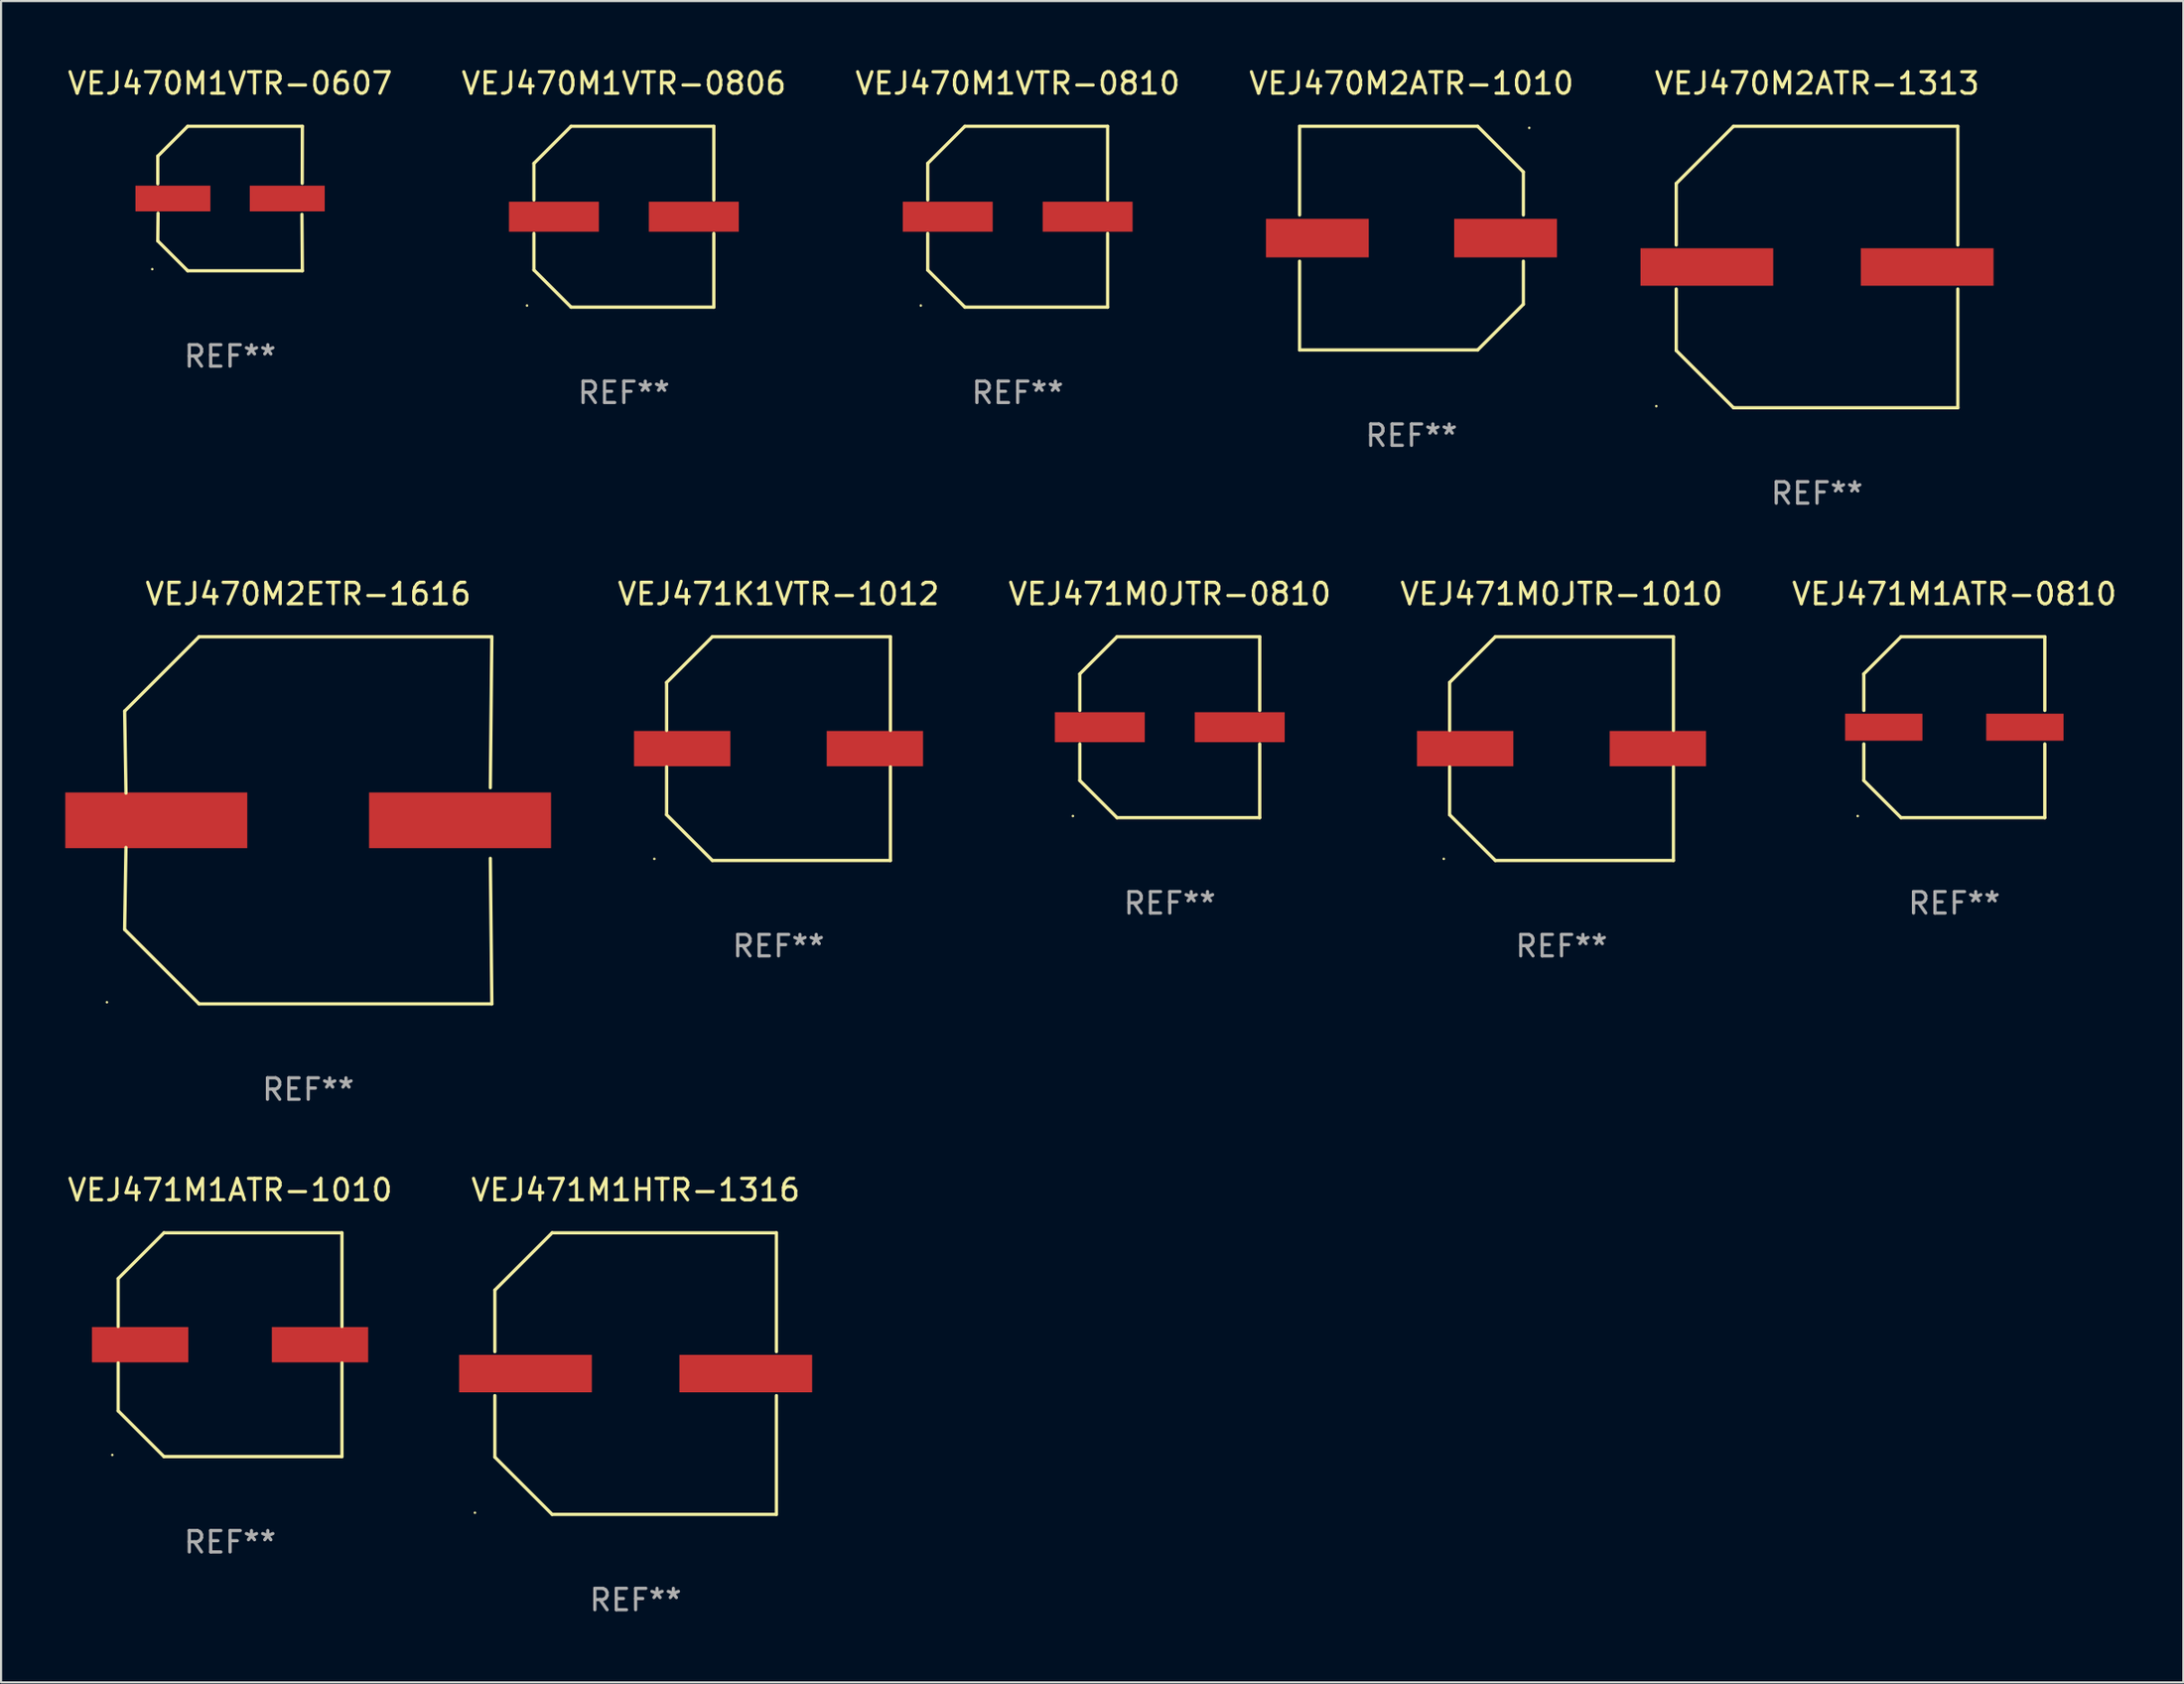
<source format=kicad_pcb>
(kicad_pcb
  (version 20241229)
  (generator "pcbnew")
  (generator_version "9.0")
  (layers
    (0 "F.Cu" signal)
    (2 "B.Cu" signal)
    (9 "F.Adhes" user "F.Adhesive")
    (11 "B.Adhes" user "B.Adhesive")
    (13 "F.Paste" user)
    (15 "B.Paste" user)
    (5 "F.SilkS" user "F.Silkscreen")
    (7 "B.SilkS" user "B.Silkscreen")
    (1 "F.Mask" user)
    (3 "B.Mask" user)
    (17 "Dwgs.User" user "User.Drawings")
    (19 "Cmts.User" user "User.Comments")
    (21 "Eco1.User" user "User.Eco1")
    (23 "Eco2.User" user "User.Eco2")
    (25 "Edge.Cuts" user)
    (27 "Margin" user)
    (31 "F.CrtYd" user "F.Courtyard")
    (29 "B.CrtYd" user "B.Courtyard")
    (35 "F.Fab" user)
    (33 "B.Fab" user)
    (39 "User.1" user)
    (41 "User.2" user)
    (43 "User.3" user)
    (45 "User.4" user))
  (footprint "VEJ470M2ETR-1616"
    (layer "F.Cu")
    (at 11.347 35.273)
    (property "Reference" "VEJ470M2ETR-1616" (at 0 -10.576 0) (layer "F.SilkS") (effects (font (size 1 1) (thickness 0.15))))
    (attr through_hole)
    (fp_line (start -8.576 5.099) (end -8.513 1.269) (stroke (width 0.152) (type solid)) (layer "F.SilkS"))
    (fp_line (start -8.575 -5.101) (end -8.512 -1.271) (stroke (width 0.152) (type solid)) (layer "F.SilkS"))
    (fp_line (start -5.1 -8.576) (end -8.575 -5.101) (stroke (width 0.152) (type solid)) (layer "F.SilkS"))
    (fp_line (start -5.1 8.576) (end -8.576 5.099) (stroke (width 0.152) (type solid)) (layer "F.SilkS"))
    (fp_line (start 8.505 -1.525) (end 8.575 -8.576) (stroke (width 0.152) (type solid)) (layer "F.SilkS"))
    (fp_line (start 8.505 1.777) (end 8.576 8.576) (stroke (width 0.152) (type solid)) (layer "F.SilkS"))
    (fp_line (start 8.575 -8.576) (end -5.1 -8.576) (stroke (width 0.152) (type solid)) (layer "F.SilkS"))
    (fp_line (start 8.576 8.576) (end -5.1 8.576) (stroke (width 0.152) (type solid)) (layer "F.SilkS"))
    (fp_circle (center -9.402 8.499) (end -9.372 8.499) (stroke (width 0.06) (type solid)) (fill no) (layer "F.SilkS"))
    (fp_text user "REF**" (at 0 12.576 0) (layer "F.Fab") (effects (font (size 1 1) (thickness 0.15))))
    (pad "1" smd rect (at -7.097 -0.001) (size 8.5 2.6) (layers "F.Cu" "F.Mask" "F.Paste"))
    (pad "2" smd rect (at 7.09 -0.001) (size 8.5 2.6) (layers "F.Cu" "F.Mask" "F.Paste")))
  (footprint "VEJ470M1VTR-0810"
    (layer "F.Cu")
    (at 44.482 7.074)
    (property "Reference" "VEJ470M1VTR-0810" (at 0 -6.226 0) (layer "F.SilkS") (effects (font (size 1 1) (thickness 0.15))))
    (attr through_hole)
    (fp_line (start -4.201 -2.49) (end -4.201 -0.782) (stroke (width 0.152) (type solid)) (layer "F.SilkS"))
    (fp_line (start -4.201 2.49) (end -4.201 0.782) (stroke (width 0.152) (type solid)) (layer "F.SilkS"))
    (fp_line (start -2.465 -4.226) (end -4.201 -2.49) (stroke (width 0.152) (type solid)) (layer "F.SilkS"))
    (fp_line (start -2.465 4.226) (end -4.201 2.49) (stroke (width 0.152) (type solid)) (layer "F.SilkS"))
    (fp_line (start 4.201 -4.226) (end -2.465 -4.226) (stroke (width 0.152) (type solid)) (layer "F.SilkS"))
    (fp_line (start 4.201 -0.782) (end 4.201 -4.226) (stroke (width 0.152) (type solid)) (layer "F.SilkS"))
    (fp_line (start 4.201 0.782) (end 4.201 4.226) (stroke (width 0.152) (type solid)) (layer "F.SilkS"))
    (fp_line (start 4.201 4.226) (end -2.465 4.226) (stroke (width 0.152) (type solid)) (layer "F.SilkS"))
    (fp_circle (center -4.524 4.15) (end -4.494 4.15) (stroke (width 0.06) (type solid)) (fill no) (layer "F.SilkS"))
    (fp_text user "REF**" (at 0 8.226 0) (layer "F.Fab") (effects (font (size 1 1) (thickness 0.15))))
    (pad "1" smd rect (at -3.267 0) (size 4.2 1.4) (layers "F.Cu" "F.Mask" "F.Paste"))
    (pad "2" smd rect (at 3.267 0) (size 4.2 1.4) (layers "F.Cu" "F.Mask" "F.Paste")))
  (footprint "VEJ470M2ATR-1313"
    (layer "F.Cu")
    (at 81.816 9.424)
    (property "Reference" "VEJ470M2ATR-1313" (at 0 -8.576 0) (layer "F.SilkS") (effects (font (size 1 1) (thickness 0.15))))
    (attr through_hole)
    (fp_line (start -6.576 -3.9) (end -6.576 -1.027) (stroke (width 0.152) (type solid)) (layer "F.SilkS"))
    (fp_line (start -6.576 3.9) (end -6.576 1.027) (stroke (width 0.152) (type solid)) (layer "F.SilkS"))
    (fp_line (start -3.9 -6.576) (end -6.576 -3.9) (stroke (width 0.152) (type solid)) (layer "F.SilkS"))
    (fp_line (start -3.9 6.576) (end -6.576 3.9) (stroke (width 0.152) (type solid)) (layer "F.SilkS"))
    (fp_line (start 6.576 -6.576) (end -3.9 -6.576) (stroke (width 0.152) (type solid)) (layer "F.SilkS"))
    (fp_line (start 6.576 -1.027) (end 6.576 -6.576) (stroke (width 0.152) (type solid)) (layer "F.SilkS"))
    (fp_line (start 6.576 1.027) (end 6.576 6.576) (stroke (width 0.152) (type solid)) (layer "F.SilkS"))
    (fp_line (start 6.576 6.576) (end -3.9 6.576) (stroke (width 0.152) (type solid)) (layer "F.SilkS"))
    (fp_circle (center -7.506 6.5) (end -7.476 6.5) (stroke (width 0.06) (type solid)) (fill no) (layer "F.SilkS"))
    (fp_text user "REF**" (at 0 10.576 0) (layer "F.Fab") (effects (font (size 1 1) (thickness 0.15))))
    (pad "1" smd rect (at -5.145 0) (size 6.2 1.75) (layers "F.Cu" "F.Mask" "F.Paste"))
    (pad "2" smd rect (at 5.145 0) (size 6.2 1.75) (layers "F.Cu" "F.Mask" "F.Paste")))
  (footprint "VEJ471M1ATR-0810"
    (layer "F.Cu")
    (at 88.229 30.923)
    (property "Reference" "VEJ471M1ATR-0810" (at 0 -6.226 0) (layer "F.SilkS") (effects (font (size 1 1) (thickness 0.15))))
    (attr through_hole)
    (fp_line (start -4.226 -2.49) (end -4.226 -0.782) (stroke (width 0.152) (type solid)) (layer "F.SilkS"))
    (fp_line (start -4.226 2.49) (end -4.226 0.782) (stroke (width 0.152) (type solid)) (layer "F.SilkS"))
    (fp_line (start -2.49 -4.226) (end -4.226 -2.49) (stroke (width 0.152) (type solid)) (layer "F.SilkS"))
    (fp_line (start -2.49 4.226) (end -4.226 2.49) (stroke (width 0.152) (type solid)) (layer "F.SilkS"))
    (fp_line (start 4.226 -4.226) (end -2.49 -4.226) (stroke (width 0.152) (type solid)) (layer "F.SilkS"))
    (fp_line (start 4.226 -0.782) (end 4.226 -4.226) (stroke (width 0.152) (type solid)) (layer "F.SilkS"))
    (fp_line (start 4.226 0.782) (end 4.226 4.226) (stroke (width 0.152) (type solid)) (layer "F.SilkS"))
    (fp_line (start 4.226 4.226) (end -2.49 4.226) (stroke (width 0.152) (type solid)) (layer "F.SilkS"))
    (fp_circle (center -4.513 4.15) (end -4.483 4.15) (stroke (width 0.06) (type solid)) (fill no) (layer "F.SilkS"))
    (fp_text user "REF**" (at 0 8.226 0) (layer "F.Fab") (effects (font (size 1 1) (thickness 0.15))))
    (pad "1" smd rect (at -3.295 -0.000076 180) (size 3.61 1.26) (layers "F.Cu" "F.Mask" "F.Paste"))
    (pad "2" smd rect (at 3.295 -0.000076 180) (size 3.61 1.26) (layers "F.Cu" "F.Mask" "F.Paste")))
  (footprint "VEJ470M1VTR-0806"
    (layer "F.Cu")
    (at 26.089 7.074)
    (property "Reference" "VEJ470M1VTR-0806" (at 0 -6.226 0) (layer "F.SilkS") (effects (font (size 1 1) (thickness 0.15))))
    (attr through_hole)
    (fp_line (start -4.201 -2.49) (end -4.201 -0.782) (stroke (width 0.152) (type solid)) (layer "F.SilkS"))
    (fp_line (start -4.201 2.49) (end -4.201 0.782) (stroke (width 0.152) (type solid)) (layer "F.SilkS"))
    (fp_line (start -2.465 -4.226) (end -4.201 -2.49) (stroke (width 0.152) (type solid)) (layer "F.SilkS"))
    (fp_line (start -2.465 4.226) (end -4.201 2.49) (stroke (width 0.152) (type solid)) (layer "F.SilkS"))
    (fp_line (start 4.201 -4.226) (end -2.465 -4.226) (stroke (width 0.152) (type solid)) (layer "F.SilkS"))
    (fp_line (start 4.201 -0.782) (end 4.201 -4.226) (stroke (width 0.152) (type solid)) (layer "F.SilkS"))
    (fp_line (start 4.201 0.782) (end 4.201 4.226) (stroke (width 0.152) (type solid)) (layer "F.SilkS"))
    (fp_line (start 4.201 4.226) (end -2.465 4.226) (stroke (width 0.152) (type solid)) (layer "F.SilkS"))
    (fp_circle (center -4.524 4.15) (end -4.494 4.15) (stroke (width 0.06) (type solid)) (fill no) (layer "F.SilkS"))
    (fp_text user "REF**" (at 0 8.226 0) (layer "F.Fab") (effects (font (size 1 1) (thickness 0.15))))
    (pad "1" smd rect (at -3.267 0) (size 4.2 1.4) (layers "F.Cu" "F.Mask" "F.Paste"))
    (pad "2" smd rect (at 3.267 0) (size 4.2 1.4) (layers "F.Cu" "F.Mask" "F.Paste")))
  (footprint "VEJ471K1VTR-1012"
    (layer "F.Cu")
    (at 33.312 31.923)
    (property "Reference" "VEJ471K1VTR-1012" (at 0 -7.226 0) (layer "F.SilkS") (effects (font (size 1 1) (thickness 0.15))))
    (attr through_hole)
    (fp_line (start -5.226 -3.09) (end -5.226 -0.852) (stroke (width 0.152) (type solid)) (layer "F.SilkS"))
    (fp_line (start -5.226 3.09) (end -5.226 0.852) (stroke (width 0.152) (type solid)) (layer "F.SilkS"))
    (fp_line (start -3.09 -5.226) (end -5.226 -3.09) (stroke (width 0.152) (type solid)) (layer "F.SilkS"))
    (fp_line (start -3.09 5.226) (end -5.226 3.09) (stroke (width 0.152) (type solid)) (layer "F.SilkS"))
    (fp_line (start 5.226 -5.226) (end -3.09 -5.226) (stroke (width 0.152) (type solid)) (layer "F.SilkS"))
    (fp_line (start 5.226 -0.852) (end 5.226 -5.226) (stroke (width 0.152) (type solid)) (layer "F.SilkS"))
    (fp_line (start 5.226 0.852) (end 5.226 5.226) (stroke (width 0.152) (type solid)) (layer "F.SilkS"))
    (fp_line (start 5.226 5.226) (end -3.09 5.226) (stroke (width 0.152) (type solid)) (layer "F.SilkS"))
    (fp_circle (center -5.8 5.15) (end -5.77 5.15) (stroke (width 0.06) (type solid)) (fill no) (layer "F.SilkS"))
    (fp_text user "REF**" (at 0 9.226 0) (layer "F.Fab") (effects (font (size 1 1) (thickness 0.15))))
    (pad "1" smd rect (at -4.5 0) (size 4.5 1.65) (layers "F.Cu" "F.Mask" "F.Paste"))
    (pad "2" smd rect (at 4.5 0) (size 4.5 1.65) (layers "F.Cu" "F.Mask" "F.Paste")))
  (footprint "VEJ470M1VTR-0607"
    (layer "F.Cu")
    (at 7.696 6.224)
    (property "Reference" "VEJ470M1VTR-0607" (at 0 -5.376 0) (layer "F.SilkS") (effects (font (size 1 1) (thickness 0.15))))
    (attr through_hole)
    (fp_line (start -3.376 -1.98) (end -3.376 -0.686) (stroke (width 0.152) (type solid)) (layer "F.SilkS"))
    (fp_line (start -3.376 1.981) (end -3.362 0.686) (stroke (width 0.152) (type solid)) (layer "F.SilkS"))
    (fp_line (start -1.981 3.376) (end -3.376 1.981) (stroke (width 0.152) (type solid)) (layer "F.SilkS"))
    (fp_line (start -1.98 -3.376) (end -3.376 -1.98) (stroke (width 0.152) (type solid)) (layer "F.SilkS"))
    (fp_line (start 3.356 0.74) (end 3.376 3.376) (stroke (width 0.152) (type solid)) (layer "F.SilkS"))
    (fp_line (start 3.369 -0.707) (end 3.376 -3.376) (stroke (width 0.152) (type solid)) (layer "F.SilkS"))
    (fp_line (start 3.376 3.376) (end -1.981 3.376) (stroke (width 0.152) (type solid)) (layer "F.SilkS"))
    (fp_line (start 3.376 -3.376) (end -1.98 -3.376) (stroke (width 0.152) (type solid)) (layer "F.SilkS"))
    (fp_circle (center -3.634 3.3) (end -3.604 3.3) (stroke (width 0.06) (type solid)) (fill no) (layer "F.SilkS"))
    (fp_text user "REF**" (at 0 7.376 0) (layer "F.Fab") (effects (font (size 1 1) (thickness 0.15))))
    (pad "1" smd rect (at -2.67 0.000254) (size 3.5 1.2) (layers "F.Cu" "F.Mask" "F.Paste"))
    (pad "2" smd rect (at 2.67 0.000254) (size 3.5 1.2) (layers "F.Cu" "F.Mask" "F.Paste")))
  (footprint "VEJ471M0JTR-0810"
    (layer "F.Cu")
    (at 51.586 30.923)
    (property "Reference" "VEJ471M0JTR-0810" (at 0 -6.226 0) (layer "F.SilkS") (effects (font (size 1 1) (thickness 0.15))))
    (attr through_hole)
    (fp_line (start -4.201 -2.49) (end -4.201 -0.782) (stroke (width 0.152) (type solid)) (layer "F.SilkS"))
    (fp_line (start -4.201 2.49) (end -4.201 0.782) (stroke (width 0.152) (type solid)) (layer "F.SilkS"))
    (fp_line (start -2.465 -4.226) (end -4.201 -2.49) (stroke (width 0.152) (type solid)) (layer "F.SilkS"))
    (fp_line (start -2.465 4.226) (end -4.201 2.49) (stroke (width 0.152) (type solid)) (layer "F.SilkS"))
    (fp_line (start 4.201 -4.226) (end -2.465 -4.226) (stroke (width 0.152) (type solid)) (layer "F.SilkS"))
    (fp_line (start 4.201 -0.782) (end 4.201 -4.226) (stroke (width 0.152) (type solid)) (layer "F.SilkS"))
    (fp_line (start 4.201 0.782) (end 4.201 4.226) (stroke (width 0.152) (type solid)) (layer "F.SilkS"))
    (fp_line (start 4.201 4.226) (end -2.465 4.226) (stroke (width 0.152) (type solid)) (layer "F.SilkS"))
    (fp_circle (center -4.524 4.15) (end -4.494 4.15) (stroke (width 0.06) (type solid)) (fill no) (layer "F.SilkS"))
    (fp_text user "REF**" (at 0 8.226 0) (layer "F.Fab") (effects (font (size 1 1) (thickness 0.15))))
    (pad "1" smd rect (at -3.267 0) (size 4.2 1.4) (layers "F.Cu" "F.Mask" "F.Paste"))
    (pad "2" smd rect (at 3.267 0) (size 4.2 1.4) (layers "F.Cu" "F.Mask" "F.Paste")))
  (footprint "VEJ471M1HTR-1316"
    (layer "F.Cu")
    (at 26.638 61.121)
    (property "Reference" "VEJ471M1HTR-1316" (at 0 -8.576 0) (layer "F.SilkS") (effects (font (size 1 1) (thickness 0.15))))
    (attr through_hole)
    (fp_line (start -6.576 -3.9) (end -6.576 -1.027) (stroke (width 0.152) (type solid)) (layer "F.SilkS"))
    (fp_line (start -6.576 3.9) (end -6.576 1.027) (stroke (width 0.152) (type solid)) (layer "F.SilkS"))
    (fp_line (start -3.9 -6.576) (end -6.576 -3.9) (stroke (width 0.152) (type solid)) (layer "F.SilkS"))
    (fp_line (start -3.9 6.576) (end -6.576 3.9) (stroke (width 0.152) (type solid)) (layer "F.SilkS"))
    (fp_line (start 6.576 -6.576) (end -3.9 -6.576) (stroke (width 0.152) (type solid)) (layer "F.SilkS"))
    (fp_line (start 6.576 -1.027) (end 6.576 -6.576) (stroke (width 0.152) (type solid)) (layer "F.SilkS"))
    (fp_line (start 6.576 1.027) (end 6.576 6.576) (stroke (width 0.152) (type solid)) (layer "F.SilkS"))
    (fp_line (start 6.576 6.576) (end -3.9 6.576) (stroke (width 0.152) (type solid)) (layer "F.SilkS"))
    (fp_circle (center -7.506 6.5) (end -7.476 6.5) (stroke (width 0.06) (type solid)) (fill no) (layer "F.SilkS"))
    (fp_text user "REF**" (at 0 10.576 0) (layer "F.Fab") (effects (font (size 1 1) (thickness 0.15))))
    (pad "1" smd rect (at -5.145 0) (size 6.2 1.75) (layers "F.Cu" "F.Mask" "F.Paste"))
    (pad "2" smd rect (at 5.145 0) (size 6.2 1.75) (layers "F.Cu" "F.Mask" "F.Paste")))
  (footprint "VEJ471M1ATR-1010"
    (layer "F.Cu")
    (at 7.696 59.771)
    (property "Reference" "VEJ471M1ATR-1010" (at 0 -7.226 0) (layer "F.SilkS") (effects (font (size 1 1) (thickness 0.15))))
    (attr through_hole)
    (fp_line (start -5.226 -3.09) (end -5.226 -0.852) (stroke (width 0.152) (type solid)) (layer "F.SilkS"))
    (fp_line (start -5.226 3.09) (end -5.226 0.852) (stroke (width 0.152) (type solid)) (layer "F.SilkS"))
    (fp_line (start -3.09 -5.226) (end -5.226 -3.09) (stroke (width 0.152) (type solid)) (layer "F.SilkS"))
    (fp_line (start -3.09 5.226) (end -5.226 3.09) (stroke (width 0.152) (type solid)) (layer "F.SilkS"))
    (fp_line (start 5.226 -5.226) (end -3.09 -5.226) (stroke (width 0.152) (type solid)) (layer "F.SilkS"))
    (fp_line (start 5.226 -0.852) (end 5.226 -5.226) (stroke (width 0.152) (type solid)) (layer "F.SilkS"))
    (fp_line (start 5.226 0.852) (end 5.226 5.226) (stroke (width 0.152) (type solid)) (layer "F.SilkS"))
    (fp_line (start 5.226 5.226) (end -3.09 5.226) (stroke (width 0.152) (type solid)) (layer "F.SilkS"))
    (fp_circle (center -5.5 5.15) (end -5.47 5.15) (stroke (width 0.06) (type solid)) (fill no) (layer "F.SilkS"))
    (fp_text user "REF**" (at 0 9.226 0) (layer "F.Fab") (effects (font (size 1 1) (thickness 0.15))))
    (pad "1" smd rect (at -4.2 0.000127) (size 4.5 1.65) (layers "F.Cu" "F.Mask" "F.Paste"))
    (pad "2" smd rect (at 4.2 0.000127) (size 4.5 1.65) (layers "F.Cu" "F.Mask" "F.Paste")))
  (footprint "VEJ470M2ATR-1010"
    (layer "F.Cu")
    (at 62.875 8.074)
    (property "Reference" "VEJ470M2ATR-1010" (at 0 -7.226 0) (layer "F.SilkS") (effects (font (size 1 1) (thickness 0.15))))
    (attr through_hole)
    (fp_line (start -5.226 -5.226) (end -5.226 -1.08) (stroke (width 0.152) (type solid)) (layer "F.SilkS"))
    (fp_line (start -5.226 -5.226) (end 3.09 -5.226) (stroke (width 0.152) (type solid)) (layer "F.SilkS"))
    (fp_line (start -5.226 1.08) (end -5.226 5.226) (stroke (width 0.152) (type solid)) (layer "F.SilkS"))
    (fp_line (start -5.226 5.226) (end 3.09 5.226) (stroke (width 0.152) (type solid)) (layer "F.SilkS"))
    (fp_line (start 3.09 -5.226) (end 5.226 -3.09) (stroke (width 0.152) (type solid)) (layer "F.SilkS"))
    (fp_line (start 3.09 5.226) (end 5.226 3.09) (stroke (width 0.152) (type solid)) (layer "F.SilkS"))
    (fp_line (start 5.226 -1.08) (end 5.226 -3.09) (stroke (width 0.152) (type solid)) (layer "F.SilkS"))
    (fp_line (start 5.226 3.09) (end 5.226 1.08) (stroke (width 0.152) (type solid)) (layer "F.SilkS"))
    (fp_circle (center 5.5 -5.15) (end 5.53 -5.15) (stroke (width 0.06) (type solid)) (fill no) (layer "F.SilkS"))
    (fp_text user "REF**" (at 0 9.226 0) (layer "F.Fab") (effects (font (size 1 1) (thickness 0.15))))
    (pad "1" smd rect (at 4.395 0 180) (size 4.8 1.8) (layers "F.Cu" "F.Mask" "F.Paste"))
    (pad "2" smd rect (at -4.395 0 180) (size 4.8 1.8) (layers "F.Cu" "F.Mask" "F.Paste")))
  (footprint "VEJ471M0JTR-1010"
    (layer "F.Cu")
    (at 69.883 31.923)
    (property "Reference" "VEJ471M0JTR-1010" (at 0 -7.226 0) (layer "F.SilkS") (effects (font (size 1 1) (thickness 0.15))))
    (attr through_hole)
    (fp_line (start -5.226 -3.09) (end -5.226 -0.852) (stroke (width 0.152) (type solid)) (layer "F.SilkS"))
    (fp_line (start -5.226 3.09) (end -5.226 0.852) (stroke (width 0.152) (type solid)) (layer "F.SilkS"))
    (fp_line (start -3.09 -5.226) (end -5.226 -3.09) (stroke (width 0.152) (type solid)) (layer "F.SilkS"))
    (fp_line (start -3.09 5.226) (end -5.226 3.09) (stroke (width 0.152) (type solid)) (layer "F.SilkS"))
    (fp_line (start 5.226 -5.226) (end -3.09 -5.226) (stroke (width 0.152) (type solid)) (layer "F.SilkS"))
    (fp_line (start 5.226 -0.852) (end 5.226 -5.226) (stroke (width 0.152) (type solid)) (layer "F.SilkS"))
    (fp_line (start 5.226 0.852) (end 5.226 5.226) (stroke (width 0.152) (type solid)) (layer "F.SilkS"))
    (fp_line (start 5.226 5.226) (end -3.09 5.226) (stroke (width 0.152) (type solid)) (layer "F.SilkS"))
    (fp_circle (center -5.5 5.15) (end -5.47 5.15) (stroke (width 0.06) (type solid)) (fill no) (layer "F.SilkS"))
    (fp_text user "REF**" (at 0 9.226 0) (layer "F.Fab") (effects (font (size 1 1) (thickness 0.15))))
    (pad "1" smd rect (at -4.5 -0.000025) (size 4.5 1.65) (layers "F.Cu" "F.Mask" "F.Paste"))
    (pad "2" smd rect (at 4.5 -0.000025) (size 4.5 1.65) (layers "F.Cu" "F.Mask" "F.Paste")))
  (gr_rect
    (start -3 -3)
    (end 98.925 75.546)
    (stroke (width 0.1) (type default))
    (fill no)
    (layer "Edge.Cuts")))
</source>
